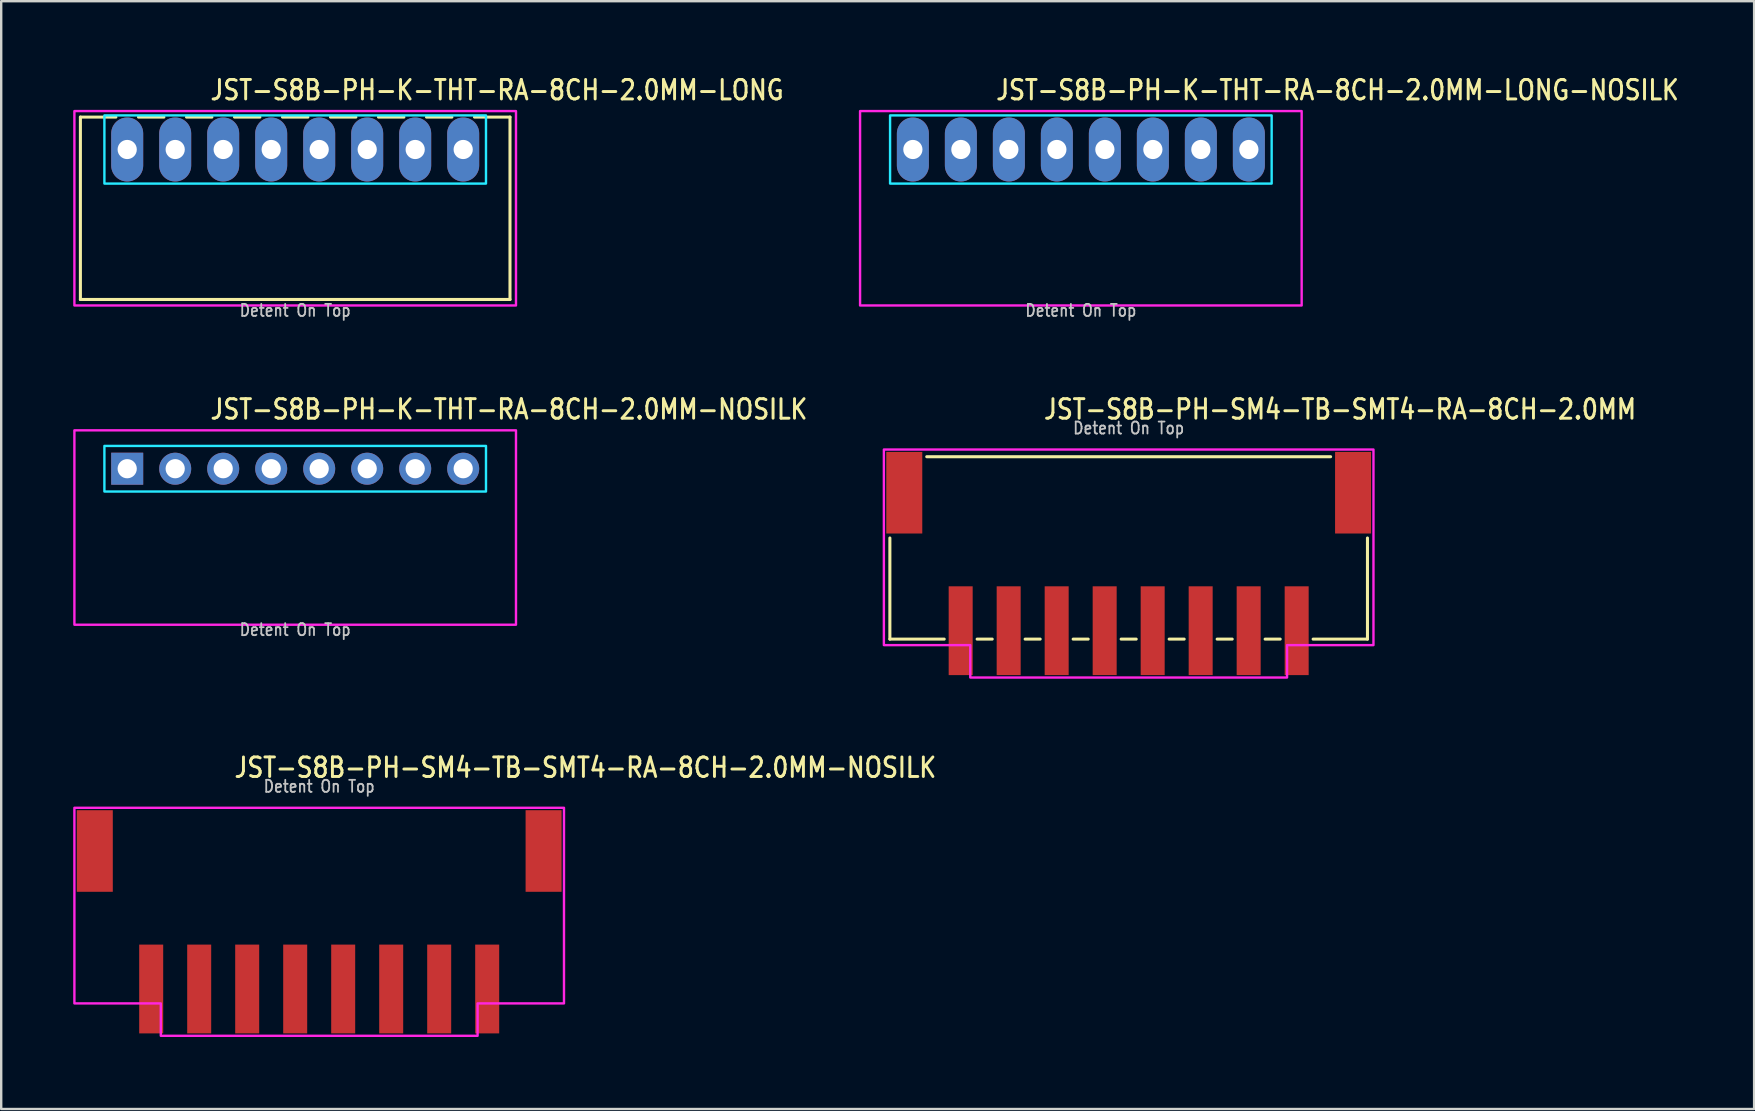
<source format=kicad_pcb>
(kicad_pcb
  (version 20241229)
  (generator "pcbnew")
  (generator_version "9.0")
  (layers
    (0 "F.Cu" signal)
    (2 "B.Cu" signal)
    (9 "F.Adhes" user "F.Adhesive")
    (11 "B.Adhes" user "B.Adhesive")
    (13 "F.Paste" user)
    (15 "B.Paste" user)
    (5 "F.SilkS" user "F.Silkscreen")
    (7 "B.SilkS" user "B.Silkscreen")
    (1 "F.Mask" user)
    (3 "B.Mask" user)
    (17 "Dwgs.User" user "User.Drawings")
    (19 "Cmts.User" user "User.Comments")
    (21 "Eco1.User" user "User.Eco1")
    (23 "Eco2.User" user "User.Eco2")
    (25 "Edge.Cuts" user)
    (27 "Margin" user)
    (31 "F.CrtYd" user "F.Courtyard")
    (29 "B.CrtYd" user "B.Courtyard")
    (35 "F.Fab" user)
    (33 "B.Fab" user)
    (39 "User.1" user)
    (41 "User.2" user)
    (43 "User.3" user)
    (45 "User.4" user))
  (footprint "JST-S8B-PH-K-THT-RA-8CH-2.0MM-NOSILK"
    (layer "F.Cu")
    (at 9.25 16.48)
    (property "Reference" "JST-S8B-PH-K-THT-RA-8CH-2.0MM-NOSILK" (at -3.6 -2 0) (unlocked yes) (layer "F.SilkS") (effects (font (size 0.813 0.695) (thickness 0.122)) (justify left bottom)))
    (fp_poly (pts (xy -7.95 -0.95) (xy -7.95 0.95) (xy 7.95 0.95) (xy 7.95 -0.95)) (stroke (width 0.1) (type solid)) (fill no) (layer "B.CrtYd"))
    (fp_poly (pts (xy -9.2 -1.6) (xy -9.2 6.5) (xy 9.2 6.5) (xy 9.2 -1.6)) (stroke (width 0.1) (type solid)) (fill no) (layer "F.CrtYd"))
    (fp_text user "Detent On Top" (at 0 7 0) (unlocked yes) (layer "Dwgs.User") (effects (font (size 0.5 0.427) (thickness 0.075)) (justify bottom)))
    (pad "1" thru_hole rect (at -7 0) (size 1.333 1.333) (drill 0.8) (layers "*.Cu" "*.Mask"))
    (pad "2" thru_hole oval (at -5 0) (size 1.333 1.333) (drill 0.8) (layers "*.Cu" "*.Mask"))
    (pad "3" thru_hole oval (at -3 0) (size 1.333 1.333) (drill 0.8) (layers "*.Cu" "*.Mask"))
    (pad "4" thru_hole oval (at -1 0) (size 1.333 1.333) (drill 0.8) (layers "*.Cu" "*.Mask"))
    (pad "5" thru_hole oval (at 1 0) (size 1.333 1.333) (drill 0.8) (layers "*.Cu" "*.Mask"))
    (pad "6" thru_hole oval (at 3 0) (size 1.333 1.333) (drill 0.8) (layers "*.Cu" "*.Mask"))
    (pad "7" thru_hole oval (at 5 0) (size 1.333 1.333) (drill 0.8) (layers "*.Cu" "*.Mask"))
    (pad "8" thru_hole oval (at 7 0) (size 1.333 1.333) (drill 0.8) (layers "*.Cu" "*.Mask")))
  (footprint "JST-S8B-PH-SM4-TB-SMT4-RA-8CH-2.0MM-NOSILK"
    (layer "F.Cu")
    (at 10.25 32.409)
    (property "Reference" "JST-S8B-PH-SM4-TB-SMT4-RA-8CH-2.0MM-NOSILK" (at -3.6 -3 0) (unlocked yes) (layer "F.SilkS") (effects (font (size 0.813 0.695) (thickness 0.122)) (justify left bottom)))
    (fp_poly (pts (xy -10.2 -1.8) (xy -10.2 6.35) (xy -6.6 6.35) (xy -6.6 7.7) (xy 6.6 7.7) (xy 6.6 6.35) (xy 10.2 6.35) (xy 10.2 -1.8)) (stroke (width 0.1) (type solid)) (fill no) (layer "F.CrtYd"))
    (fp_text user "Detent On Top" (at 0 -2.4 0) (unlocked yes) (layer "Dwgs.User") (effects (font (size 0.5 0.427) (thickness 0.075)) (justify bottom)))
    (pad "1" smd rect (at 7 5.75) (size 1 3.7) (layers "F.Cu" "F.Mask" "F.Paste"))
    (pad "2" smd rect (at 5 5.75) (size 1 3.7) (layers "F.Cu" "F.Mask" "F.Paste"))
    (pad "3" smd rect (at 3 5.75) (size 1 3.7) (layers "F.Cu" "F.Mask" "F.Paste"))
    (pad "4" smd rect (at 1 5.75) (size 1 3.7) (layers "F.Cu" "F.Mask" "F.Paste"))
    (pad "5" smd rect (at -1 5.75) (size 1 3.7) (layers "F.Cu" "F.Mask" "F.Paste"))
    (pad "6" smd rect (at -3 5.75) (size 1 3.7) (layers "F.Cu" "F.Mask" "F.Paste"))
    (pad "7" smd rect (at -5 5.75) (size 1 3.7) (layers "F.Cu" "F.Mask" "F.Paste"))
    (pad "8" smd rect (at -7 5.75) (size 1 3.7) (layers "F.Cu" "F.Mask" "F.Paste"))
    (pad "S_1" smd rect (at -9.35 0) (size 1.5 3.4) (layers "F.Cu" "F.Mask" "F.Paste"))
    (pad "S_2" smd rect (at 9.35 0) (size 1.5 3.4) (layers "F.Cu" "F.Mask" "F.Paste")))
  (footprint "JST-S8B-PH-K-THT-RA-8CH-2.0MM-LONG-NOSILK"
    (layer "F.Cu")
    (at 41.987 3.179)
    (property "Reference" "JST-S8B-PH-K-THT-RA-8CH-2.0MM-LONG-NOSILK" (at -3.6 -2 0) (unlocked yes) (layer "F.SilkS") (effects (font (size 0.813 0.695) (thickness 0.122)) (justify left bottom)))
    (fp_poly (pts (xy -7.95 -1.42) (xy -7.95 1.42) (xy 7.95 1.42) (xy 7.95 -1.42)) (stroke (width 0.1) (type solid)) (fill no) (layer "B.CrtYd"))
    (fp_poly (pts (xy -9.2 -1.6) (xy -9.2 6.5) (xy 9.2 6.5) (xy 9.2 -1.6)) (stroke (width 0.1) (type solid)) (fill no) (layer "F.CrtYd"))
    (fp_text user "Detent On Top" (at 0 7 0) (unlocked yes) (layer "Dwgs.User") (effects (font (size 0.5 0.427) (thickness 0.075)) (justify bottom)))
    (pad "1" thru_hole oval (at -7 0 90) (size 2.667 1.333) (drill 0.8) (layers "*.Cu" "*.Mask"))
    (pad "2" thru_hole oval (at -5 0 90) (size 2.667 1.333) (drill 0.8) (layers "*.Cu" "*.Mask"))
    (pad "3" thru_hole oval (at -3 0 90) (size 2.667 1.333) (drill 0.8) (layers "*.Cu" "*.Mask"))
    (pad "4" thru_hole oval (at -1 0 90) (size 2.667 1.333) (drill 0.8) (layers "*.Cu" "*.Mask"))
    (pad "5" thru_hole oval (at 1 0 90) (size 2.667 1.333) (drill 0.8) (layers "*.Cu" "*.Mask"))
    (pad "6" thru_hole oval (at 3 0 90) (size 2.667 1.333) (drill 0.8) (layers "*.Cu" "*.Mask"))
    (pad "7" thru_hole oval (at 5 0 90) (size 2.667 1.333) (drill 0.8) (layers "*.Cu" "*.Mask"))
    (pad "8" thru_hole oval (at 7 0 90) (size 2.667 1.333) (drill 0.8) (layers "*.Cu" "*.Mask")))
  (footprint "JST-S8B-PH-SM4-TB-SMT4-RA-8CH-2.0MM"
    (layer "F.Cu")
    (at 43.979 17.48)
    (property "Reference" "JST-S8B-PH-SM4-TB-SMT4-RA-8CH-2.0MM" (at -3.6 -3 0) (unlocked yes) (layer "F.SilkS") (effects (font (size 0.813 0.695) (thickness 0.122)) (justify left bottom)))
    (fp_line (start -9.95 6.1) (end -9.95 1.887) (stroke (width 0.127) (type solid)) (layer "F.SilkS"))
    (fp_line (start -9.95 6.1) (end -7.686 6.1) (stroke (width 0.127) (type solid)) (layer "F.SilkS"))
    (fp_line (start -8.414 -1.5) (end 8.414 -1.5) (stroke (width 0.127) (type solid)) (layer "F.SilkS"))
    (fp_line (start -6.314 6.1) (end -5.686 6.1) (stroke (width 0.127) (type solid)) (layer "F.SilkS"))
    (fp_line (start -4.314 6.1) (end -3.687 6.1) (stroke (width 0.127) (type solid)) (layer "F.SilkS"))
    (fp_line (start -2.313 6.1) (end -1.687 6.1) (stroke (width 0.127) (type solid)) (layer "F.SilkS"))
    (fp_line (start -0.314 6.1) (end 0.314 6.1) (stroke (width 0.127) (type solid)) (layer "F.SilkS"))
    (fp_line (start 1.687 6.1) (end 2.313 6.1) (stroke (width 0.127) (type solid)) (layer "F.SilkS"))
    (fp_line (start 3.687 6.1) (end 4.314 6.1) (stroke (width 0.127) (type solid)) (layer "F.SilkS"))
    (fp_line (start 5.686 6.1) (end 6.314 6.1) (stroke (width 0.127) (type solid)) (layer "F.SilkS"))
    (fp_line (start 7.686 6.1) (end 9.95 6.1) (stroke (width 0.127) (type solid)) (layer "F.SilkS"))
    (fp_line (start 9.95 1.887) (end 9.95 6.1) (stroke (width 0.127) (type solid)) (layer "F.SilkS"))
    (fp_poly (pts (xy -10.2 -1.8) (xy -10.2 6.35) (xy -6.6 6.35) (xy -6.6 7.7) (xy 6.6 7.7) (xy 6.6 6.35) (xy 10.2 6.35) (xy 10.2 -1.8)) (stroke (width 0.1) (type solid)) (fill no) (layer "F.CrtYd"))
    (fp_text user "Detent On Top" (at 0 -2.4 0) (unlocked yes) (layer "Dwgs.User") (effects (font (size 0.5 0.427) (thickness 0.075)) (justify bottom)))
    (pad "1" smd rect (at 7 5.75) (size 1 3.7) (layers "F.Cu" "F.Mask" "F.Paste"))
    (pad "2" smd rect (at 5 5.75) (size 1 3.7) (layers "F.Cu" "F.Mask" "F.Paste"))
    (pad "3" smd rect (at 3 5.75) (size 1 3.7) (layers "F.Cu" "F.Mask" "F.Paste"))
    (pad "4" smd rect (at 1 5.75) (size 1 3.7) (layers "F.Cu" "F.Mask" "F.Paste"))
    (pad "5" smd rect (at -1 5.75) (size 1 3.7) (layers "F.Cu" "F.Mask" "F.Paste"))
    (pad "6" smd rect (at -3 5.75) (size 1 3.7) (layers "F.Cu" "F.Mask" "F.Paste"))
    (pad "7" smd rect (at -5 5.75) (size 1 3.7) (layers "F.Cu" "F.Mask" "F.Paste"))
    (pad "8" smd rect (at -7 5.75) (size 1 3.7) (layers "F.Cu" "F.Mask" "F.Paste"))
    (pad "S_1" smd rect (at -9.35 0) (size 1.5 3.4) (layers "F.Cu" "F.Mask" "F.Paste"))
    (pad "S_2" smd rect (at 9.35 0) (size 1.5 3.4) (layers "F.Cu" "F.Mask" "F.Paste")))
  (footprint "JST-S8B-PH-K-THT-RA-8CH-2.0MM-LONG"
    (layer "F.Cu")
    (at 9.25 3.179)
    (property "Reference" "JST-S8B-PH-K-THT-RA-8CH-2.0MM-LONG" (at -3.6 -2 0) (unlocked yes) (layer "F.SilkS") (effects (font (size 0.813 0.695) (thickness 0.122)) (justify left bottom)))
    (fp_line (start -8.95 -1.35) (end -7.471 -1.35) (stroke (width 0.127) (type solid)) (layer "F.SilkS"))
    (fp_line (start -8.95 6.25) (end -8.95 -1.35) (stroke (width 0.127) (type solid)) (layer "F.SilkS"))
    (fp_line (start -8.95 6.25) (end 8.95 6.25) (stroke (width 0.127) (type solid)) (layer "F.SilkS"))
    (fp_line (start -6.529 -1.35) (end -5.471 -1.35) (stroke (width 0.127) (type solid)) (layer "F.SilkS"))
    (fp_line (start -4.529 -1.35) (end -3.471 -1.35) (stroke (width 0.127) (type solid)) (layer "F.SilkS"))
    (fp_line (start -2.529 -1.35) (end -1.471 -1.35) (stroke (width 0.127) (type solid)) (layer "F.SilkS"))
    (fp_line (start -0.529 -1.35) (end 0.529 -1.35) (stroke (width 0.127) (type solid)) (layer "F.SilkS"))
    (fp_line (start 1.471 -1.35) (end 2.529 -1.35) (stroke (width 0.127) (type solid)) (layer "F.SilkS"))
    (fp_line (start 3.471 -1.35) (end 4.529 -1.35) (stroke (width 0.127) (type solid)) (layer "F.SilkS"))
    (fp_line (start 5.471 -1.35) (end 6.529 -1.35) (stroke (width 0.127) (type solid)) (layer "F.SilkS"))
    (fp_line (start 7.471 -1.35) (end 8.95 -1.35) (stroke (width 0.127) (type solid)) (layer "F.SilkS"))
    (fp_line (start 8.95 -1.35) (end 8.95 6.25) (stroke (width 0.127) (type solid)) (layer "F.SilkS"))
    (fp_poly (pts (xy -7.95 -1.42) (xy -7.95 1.42) (xy 7.95 1.42) (xy 7.95 -1.42)) (stroke (width 0.1) (type solid)) (fill no) (layer "B.CrtYd"))
    (fp_poly (pts (xy -9.2 -1.6) (xy -9.2 6.5) (xy 9.2 6.5) (xy 9.2 -1.6)) (stroke (width 0.1) (type solid)) (fill no) (layer "F.CrtYd"))
    (fp_text user "Detent On Top" (at 0 7 0) (unlocked yes) (layer "Dwgs.User") (effects (font (size 0.5 0.427) (thickness 0.075)) (justify bottom)))
    (pad "1" thru_hole oval (at -7 0 90) (size 2.667 1.333) (drill 0.8) (layers "*.Cu" "*.Mask"))
    (pad "2" thru_hole oval (at -5 0 90) (size 2.667 1.333) (drill 0.8) (layers "*.Cu" "*.Mask"))
    (pad "3" thru_hole oval (at -3 0 90) (size 2.667 1.333) (drill 0.8) (layers "*.Cu" "*.Mask"))
    (pad "4" thru_hole oval (at -1 0 90) (size 2.667 1.333) (drill 0.8) (layers "*.Cu" "*.Mask"))
    (pad "5" thru_hole oval (at 1 0 90) (size 2.667 1.333) (drill 0.8) (layers "*.Cu" "*.Mask"))
    (pad "6" thru_hole oval (at 3 0 90) (size 2.667 1.333) (drill 0.8) (layers "*.Cu" "*.Mask"))
    (pad "7" thru_hole oval (at 5 0 90) (size 2.667 1.333) (drill 0.8) (layers "*.Cu" "*.Mask"))
    (pad "8" thru_hole oval (at 7 0 90) (size 2.667 1.333) (drill 0.8) (layers "*.Cu" "*.Mask")))
  (gr_rect
    (start -3 -3)
    (end 70.04 43.159)
    (stroke (width 0.1) (type default))
    (fill no)
    (layer "Edge.Cuts")))
</source>
